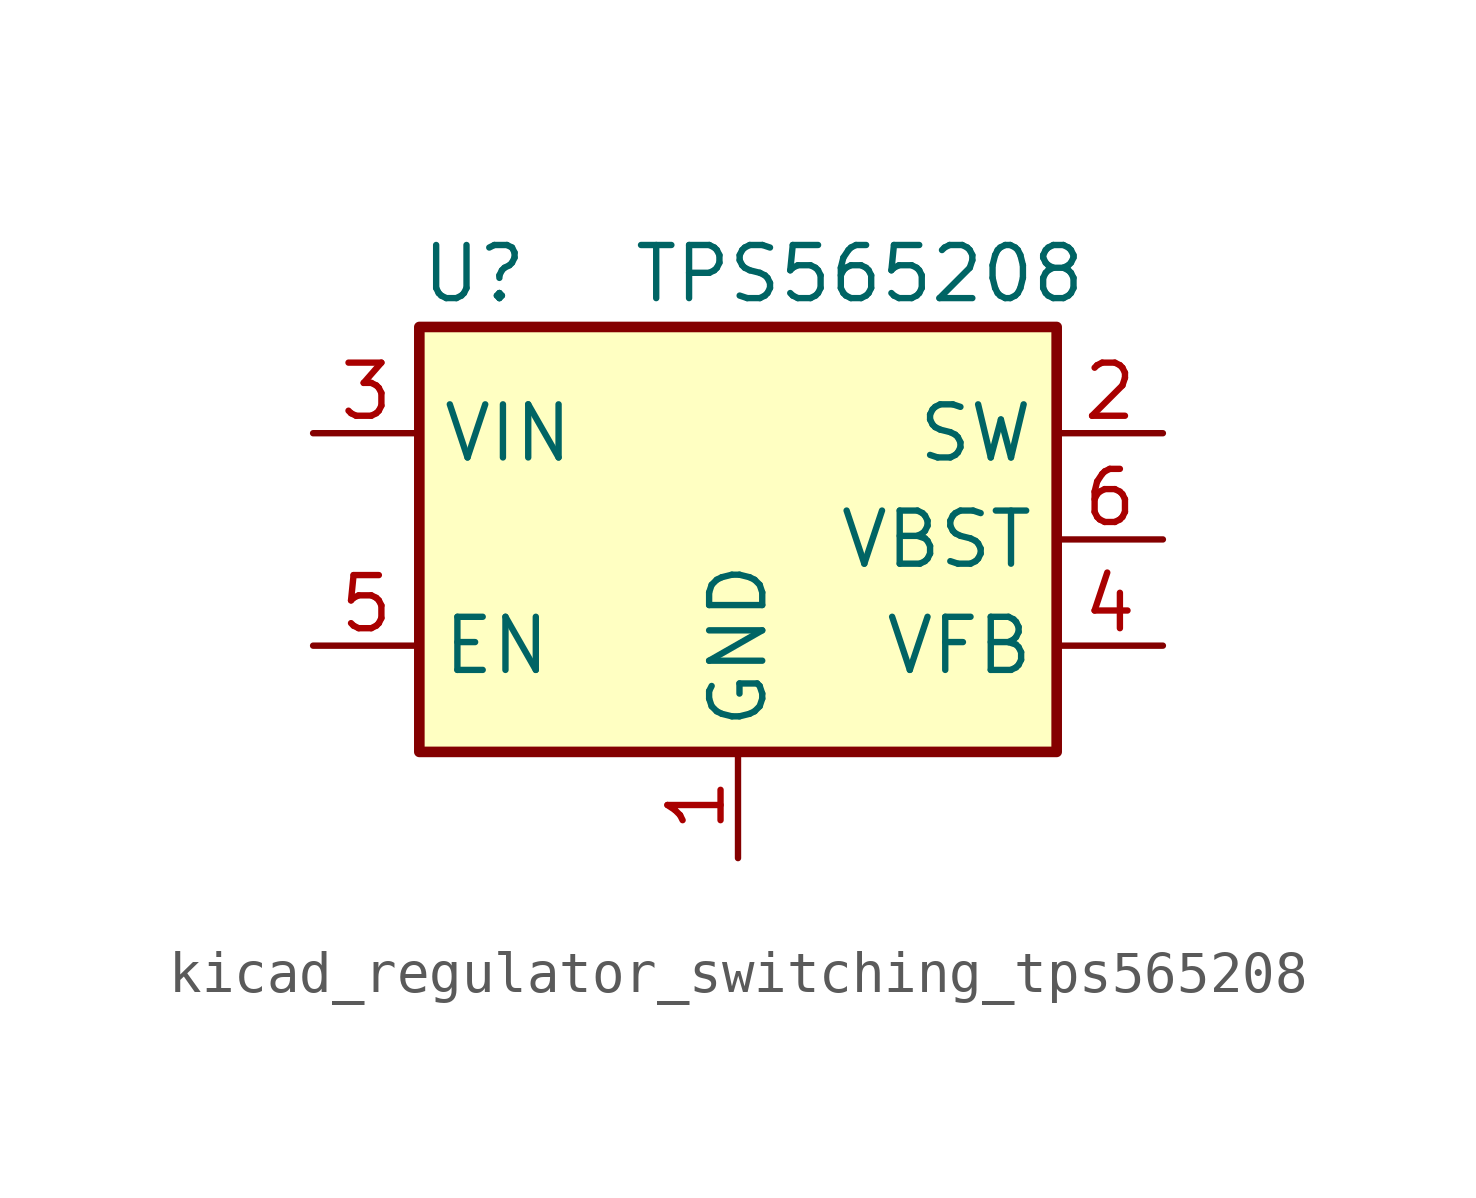
<source format=kicad_sym>
(kicad_symbol_lib
  (version 20220914)
  (generator kicad_symbol_editor)
  (symbol "kicad_regulator_switching_tps565208"
    (property "Reference" "U"
      (at -7.62 6.35 0)
      (effects (font (size 1.27 1.27)) (justify left)))
    (property "Value" "TPS565208"
      (at -2.54 6.35 0)
      (effects (font (size 1.27 1.27)) (justify left)))
    (symbol "kicad_regulator_switching_tps565208_0_1"
      (rectangle (start -7.62 5.08) (end 7.62 -5.08) (stroke (width 0.254) (type default)) (fill (type background))))
    (symbol "kicad_regulator_switching_tps565208_1_1"
      (pin power_in line (at 0 -7.62 90) (length 2.54) (name "GND" (effects (font (size 1.27 1.27)))) (number "1" (effects (font (size 1.27 1.27)))))
      (pin output line (at 10.16 2.54 180) (length 2.54) (name "SW" (effects (font (size 1.27 1.27)))) (number "2" (effects (font (size 1.27 1.27)))))
      (pin power_in line (at -10.16 2.54 0) (length 2.54) (name "VIN" (effects (font (size 1.27 1.27)))) (number "3" (effects (font (size 1.27 1.27)))))
      (pin input line (at 10.16 -2.54 180) (length 2.54) (name "VFB" (effects (font (size 1.27 1.27)))) (number "4" (effects (font (size 1.27 1.27)))))
      (pin input line (at -10.16 -2.54 0) (length 2.54) (name "EN" (effects (font (size 1.27 1.27)))) (number "5" (effects (font (size 1.27 1.27)))))
      (pin passive line (at 10.16 0 180) (length 2.54) (name "VBST" (effects (font (size 1.27 1.27)))) (number "6" (effects (font (size 1.27 1.27))))))))
</source>
